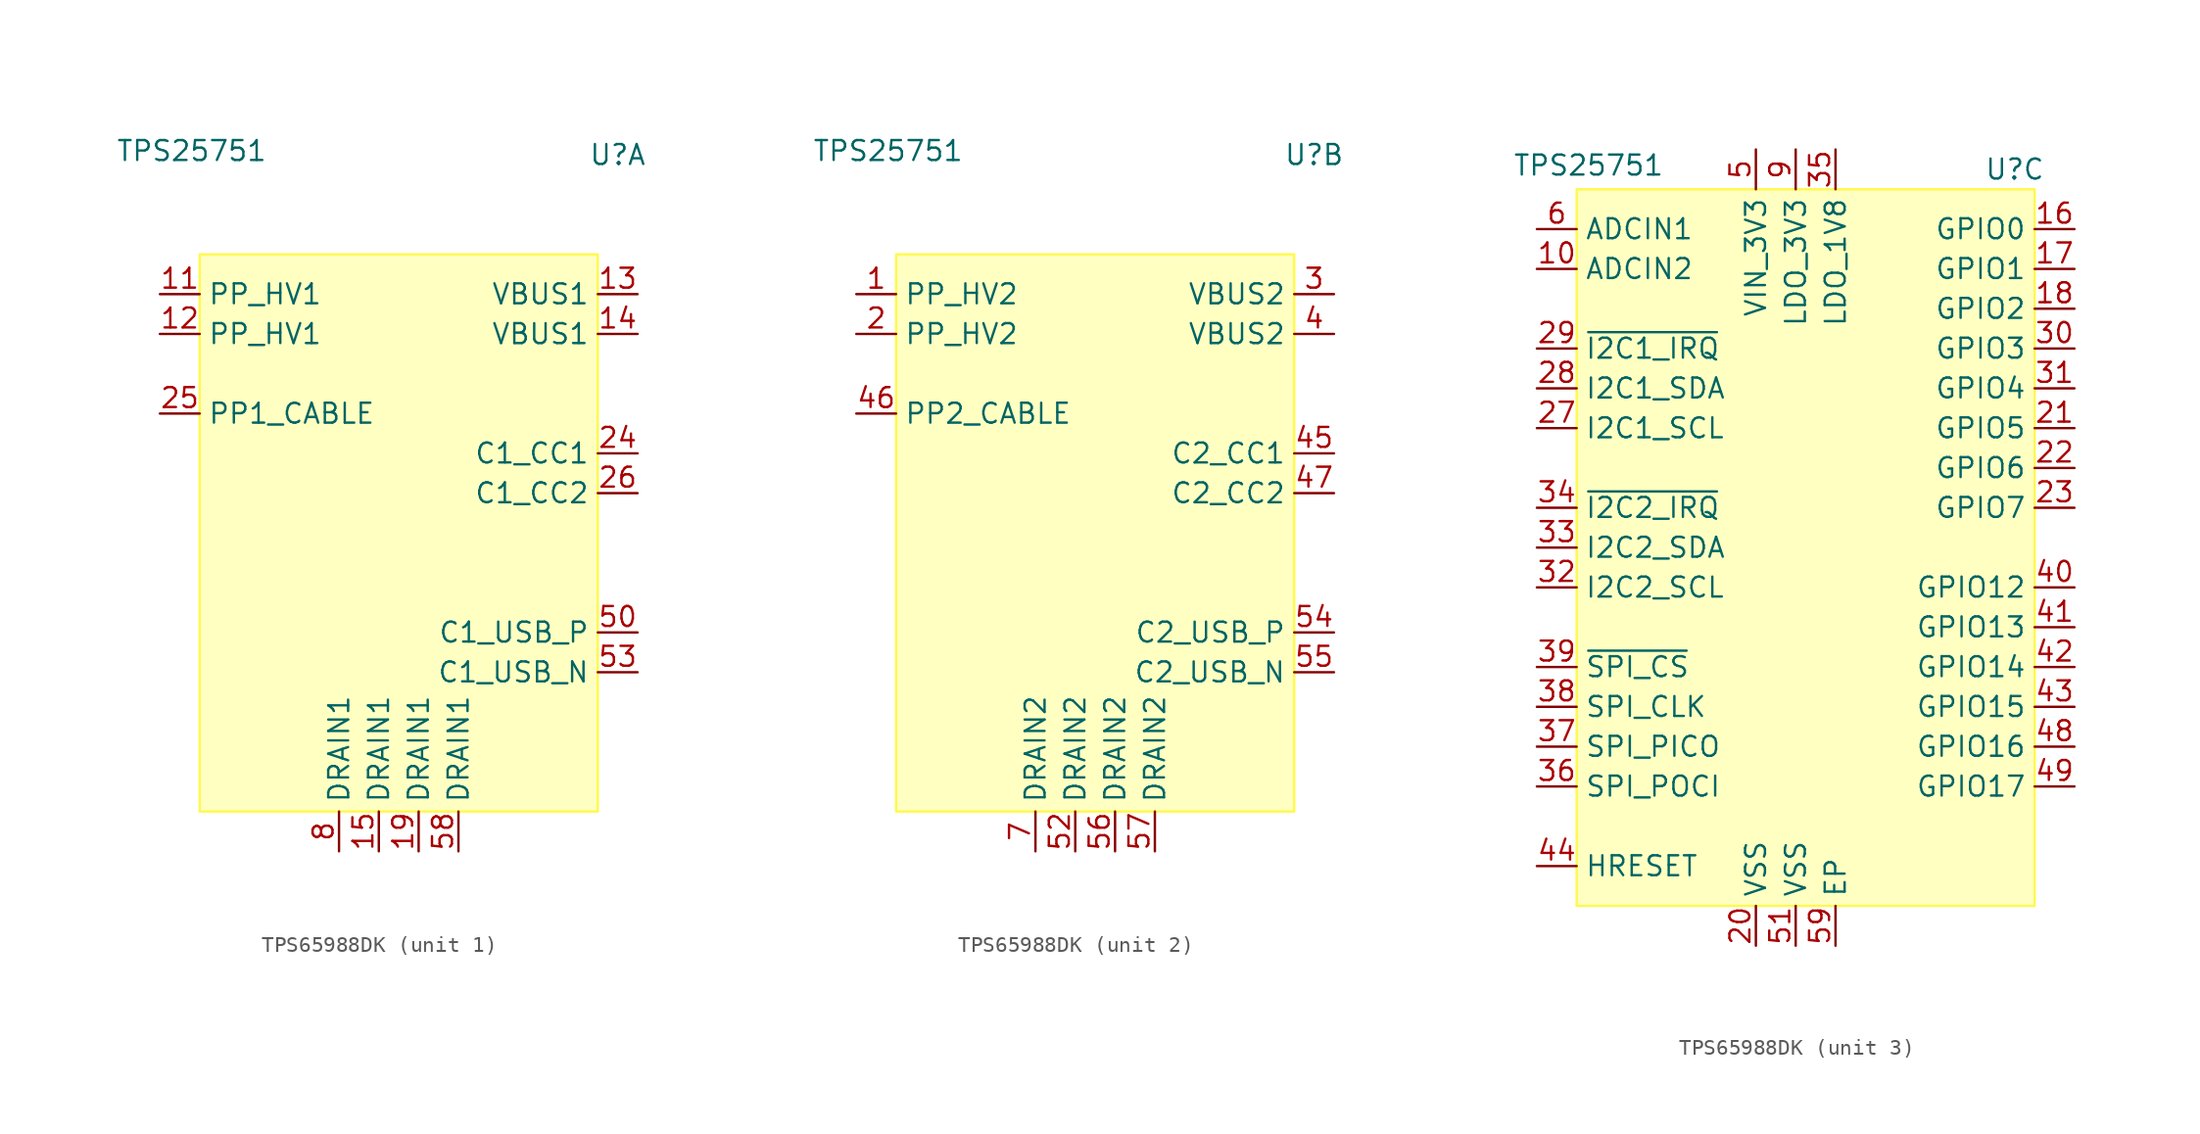
<source format=kicad_sym>
(kicad_symbol_lib
  (version 20231120)
  (generator "kicad_symbol_editor")
  (generator_version "8.0")
  (symbol "TPS65988DK"
    (property "Reference" "U"
      (at 13.97 24.13 0)
      (effects (font (size 1.27 1.27))))
    (property "Value" "TPS25751"
      (at -13.208 24.384 0)
      (effects (font (size 1.27 1.27))))
    (property "ki_locked" ""
      (at 0 0 0)
      (effects (font (size 1.27 1.27))))
    (symbol "TPS65988DK_1_1"
      (rectangle (start -12.7 17.78) (end 12.7 -17.78) (stroke (width 0) (type default) (color 255 249 79 0)) (fill (type background)))
      (pin passive line (at -15.24 15.24 0) (length 2.54) (name "PP_HV1" (effects (font (size 1.27 1.27)))) (number "11" (effects (font (size 1.27 1.27)))))
      (pin passive line (at -15.24 12.7 0) (length 2.54) (name "PP_HV1" (effects (font (size 1.27 1.27)))) (number "12" (effects (font (size 1.27 1.27)))))
      (pin passive line (at 15.24 15.24 180) (length 2.54) (name "VBUS1" (effects (font (size 1.27 1.27)))) (number "13" (effects (font (size 1.27 1.27)))))
      (pin passive line (at 15.24 12.7 180) (length 2.54) (name "VBUS1" (effects (font (size 1.27 1.27)))) (number "14" (effects (font (size 1.27 1.27)))))
      (pin passive line (at -1.27 -20.32 90) (length 2.54) (name "DRAIN1" (effects (font (size 1.27 1.27)))) (number "15" (effects (font (size 1.27 1.27)))) (alternate "GPIO18" passive line))
      (pin passive line (at 1.27 -20.32 90) (length 2.54) (name "DRAIN1" (effects (font (size 1.27 1.27)))) (number "19" (effects (font (size 1.27 1.27)))) (alternate "GPIO18" passive line))
      (pin passive line (at 15.24 5.08 180) (length 2.54) (name "C1_CC1" (effects (font (size 1.27 1.27)))) (number "24" (effects (font (size 1.27 1.27)))))
      (pin passive line (at -15.24 7.62 0) (length 2.54) (name "PP1_CABLE" (effects (font (size 1.27 1.27)))) (number "25" (effects (font (size 1.27 1.27)))) (alternate "GPIO18" passive line))
      (pin passive line (at 15.24 2.54 180) (length 2.54) (name "C1_CC2" (effects (font (size 1.27 1.27)))) (number "26" (effects (font (size 1.27 1.27)))))
      (pin passive line (at 15.24 -6.35 180) (length 2.54) (name "C1_USB_P" (effects (font (size 1.27 1.27)))) (number "50" (effects (font (size 1.27 1.27)))) (alternate "GPIO18" passive line))
      (pin passive line (at 15.24 -8.89 180) (length 2.54) (name "C1_USB_N" (effects (font (size 1.27 1.27)))) (number "53" (effects (font (size 1.27 1.27)))) (alternate "GPIO19" passive line))
      (pin passive line (at 3.81 -20.32 90) (length 2.54) (name "DRAIN1" (effects (font (size 1.27 1.27)))) (number "58" (effects (font (size 1.27 1.27)))) (alternate "GPIO18" passive line))
      (pin passive line (at -3.81 -20.32 90) (length 2.54) (name "DRAIN1" (effects (font (size 1.27 1.27)))) (number "8" (effects (font (size 1.27 1.27)))) (alternate "GPIO18" passive line)))
    (symbol "TPS65988DK_2_1"
      (rectangle (start -12.7 17.78) (end 12.7 -17.78) (stroke (width 0) (type default) (color 255 249 79 0)) (fill (type background)))
      (pin passive line (at -15.24 15.24 0) (length 2.54) (name "PP_HV2" (effects (font (size 1.27 1.27)))) (number "1" (effects (font (size 1.27 1.27)))))
      (pin passive line (at -15.24 12.7 0) (length 2.54) (name "PP_HV2" (effects (font (size 1.27 1.27)))) (number "2" (effects (font (size 1.27 1.27)))))
      (pin passive line (at 15.24 15.24 180) (length 2.54) (name "VBUS2" (effects (font (size 1.27 1.27)))) (number "3" (effects (font (size 1.27 1.27)))))
      (pin passive line (at 15.24 12.7 180) (length 2.54) (name "VBUS2" (effects (font (size 1.27 1.27)))) (number "4" (effects (font (size 1.27 1.27)))))
      (pin passive line (at 15.24 5.08 180) (length 2.54) (name "C2_CC1" (effects (font (size 1.27 1.27)))) (number "45" (effects (font (size 1.27 1.27)))))
      (pin passive line (at -15.24 7.62 0) (length 2.54) (name "PP2_CABLE" (effects (font (size 1.27 1.27)))) (number "46" (effects (font (size 1.27 1.27)))) (alternate "GPIO18" passive line))
      (pin passive line (at 15.24 2.54 180) (length 2.54) (name "C2_CC2" (effects (font (size 1.27 1.27)))) (number "47" (effects (font (size 1.27 1.27)))))
      (pin passive line (at -1.27 -20.32 90) (length 2.54) (name "DRAIN2" (effects (font (size 1.27 1.27)))) (number "52" (effects (font (size 1.27 1.27)))) (alternate "GPIO18" passive line))
      (pin passive line (at 15.24 -6.35 180) (length 2.54) (name "C2_USB_P" (effects (font (size 1.27 1.27)))) (number "54" (effects (font (size 1.27 1.27)))) (alternate "GPIO18" passive line))
      (pin passive line (at 15.24 -8.89 180) (length 2.54) (name "C2_USB_N" (effects (font (size 1.27 1.27)))) (number "55" (effects (font (size 1.27 1.27)))) (alternate "GPIO19" passive line))
      (pin passive line (at 1.27 -20.32 90) (length 2.54) (name "DRAIN2" (effects (font (size 1.27 1.27)))) (number "56" (effects (font (size 1.27 1.27)))) (alternate "GPIO18" passive line))
      (pin passive line (at 3.81 -20.32 90) (length 2.54) (name "DRAIN2" (effects (font (size 1.27 1.27)))) (number "57" (effects (font (size 1.27 1.27)))) (alternate "GPIO18" passive line))
      (pin passive line (at -3.81 -20.32 90) (length 2.54) (name "DRAIN2" (effects (font (size 1.27 1.27)))) (number "7" (effects (font (size 1.27 1.27)))) (alternate "GPIO18" passive line)))
    (symbol "TPS65988DK_3_1"
      (rectangle (start -13.97 22.86) (end 15.24 -22.86) (stroke (width 0) (type default) (color 255 249 79 0)) (fill (type background)))
      (pin passive line (at -16.51 17.78 0) (length 2.54) (name "ADCIN2" (effects (font (size 1.27 1.27)))) (number "10" (effects (font (size 1.27 1.27)))))
      (pin passive line (at 17.78 20.32 180) (length 2.54) (name "GPIO0" (effects (font (size 1.27 1.27)))) (number "16" (effects (font (size 1.27 1.27)))))
      (pin passive line (at 17.78 17.78 180) (length 2.54) (name "GPIO1" (effects (font (size 1.27 1.27)))) (number "17" (effects (font (size 1.27 1.27)))))
      (pin passive line (at 17.78 15.24 180) (length 2.54) (name "GPIO2" (effects (font (size 1.27 1.27)))) (number "18" (effects (font (size 1.27 1.27)))))
      (pin passive line (at -2.54 -25.4 90) (length 2.54) (name "VSS" (effects (font (size 1.27 1.27)))) (number "20" (effects (font (size 1.27 1.27)))))
      (pin passive line (at 17.78 7.62 180) (length 2.54) (name "GPIO5" (effects (font (size 1.27 1.27)))) (number "21" (effects (font (size 1.27 1.27)))) (alternate "I2C3_SCL" passive line))
      (pin passive line (at 17.78 5.08 180) (length 2.54) (name "GPIO6" (effects (font (size 1.27 1.27)))) (number "22" (effects (font (size 1.27 1.27)))) (alternate "I2C3_SDA" passive line))
      (pin passive line (at 17.78 2.54 180) (length 2.54) (name "GPIO7" (effects (font (size 1.27 1.27)))) (number "23" (effects (font (size 1.27 1.27)))) (alternate "~{I2C3_IRQ}" passive line))
      (pin passive line (at -16.51 7.62 0) (length 2.54) (name "I2C1_SCL" (effects (font (size 1.27 1.27)))) (number "27" (effects (font (size 1.27 1.27)))))
      (pin passive line (at -16.51 10.16 0) (length 2.54) (name "I2C1_SDA" (effects (font (size 1.27 1.27)))) (number "28" (effects (font (size 1.27 1.27)))))
      (pin passive line (at -16.51 12.7 0) (length 2.54) (name "~{I2C1_IRQ}" (effects (font (size 1.27 1.27)))) (number "29" (effects (font (size 1.27 1.27)))))
      (pin passive line (at 17.78 12.7 180) (length 2.54) (name "GPIO3" (effects (font (size 1.27 1.27)))) (number "30" (effects (font (size 1.27 1.27)))) (alternate "HPD1" passive line))
      (pin passive line (at 17.78 10.16 180) (length 2.54) (name "GPIO4" (effects (font (size 1.27 1.27)))) (number "31" (effects (font (size 1.27 1.27)))) (alternate "HPD2" passive line))
      (pin passive line (at -16.51 -2.54 0) (length 2.54) (name "I2C2_SCL" (effects (font (size 1.27 1.27)))) (number "32" (effects (font (size 1.27 1.27)))))
      (pin passive line (at -16.51 0 0) (length 2.54) (name "I2C2_SDA" (effects (font (size 1.27 1.27)))) (number "33" (effects (font (size 1.27 1.27)))))
      (pin passive line (at -16.51 2.54 0) (length 2.54) (name "~{I2C2_IRQ}" (effects (font (size 1.27 1.27)))) (number "34" (effects (font (size 1.27 1.27)))))
      (pin passive line (at 2.54 25.4 270) (length 2.54) (name "LDO_1V8" (effects (font (size 1.27 1.27)))) (number "35" (effects (font (size 1.27 1.27)))))
      (pin passive line (at -16.51 -15.24 0) (length 2.54) (name "SPI_POCI" (effects (font (size 1.27 1.27)))) (number "36" (effects (font (size 1.27 1.27)))))
      (pin passive line (at -16.51 -12.7 0) (length 2.54) (name "SPI_PICO" (effects (font (size 1.27 1.27)))) (number "37" (effects (font (size 1.27 1.27)))))
      (pin passive line (at -16.51 -10.16 0) (length 2.54) (name "SPI_CLK" (effects (font (size 1.27 1.27)))) (number "38" (effects (font (size 1.27 1.27)))))
      (pin passive line (at -16.51 -7.62 0) (length 2.54) (name "~{SPI_CS}" (effects (font (size 1.27 1.27)))) (number "39" (effects (font (size 1.27 1.27)))))
      (pin passive line (at 17.78 -2.54 180) (length 2.54) (name "GPIO12" (effects (font (size 1.27 1.27)))) (number "40" (effects (font (size 1.27 1.27)))))
      (pin passive line (at 17.78 -5.08 180) (length 2.54) (name "GPIO13" (effects (font (size 1.27 1.27)))) (number "41" (effects (font (size 1.27 1.27)))))
      (pin passive line (at 17.78 -7.62 180) (length 2.54) (name "GPIO14" (effects (font (size 1.27 1.27)))) (number "42" (effects (font (size 1.27 1.27)))) (alternate "PWM" passive line))
      (pin passive line (at 17.78 -10.16 180) (length 2.54) (name "GPIO15" (effects (font (size 1.27 1.27)))) (number "43" (effects (font (size 1.27 1.27)))) (alternate "PWM" passive line))
      (pin passive line (at -16.51 -20.32 0) (length 2.54) (name "HRESET" (effects (font (size 1.27 1.27)))) (number "44" (effects (font (size 1.27 1.27)))))
      (pin passive line (at 17.78 -12.7 180) (length 2.54) (name "GPIO16" (effects (font (size 1.27 1.27)))) (number "48" (effects (font (size 1.27 1.27)))) (alternate "PP_EXT1" passive line))
      (pin passive line (at 17.78 -15.24 180) (length 2.54) (name "GPIO17" (effects (font (size 1.27 1.27)))) (number "49" (effects (font (size 1.27 1.27)))) (alternate "PP_EXT2" passive line))
      (pin passive line (at -2.54 25.4 270) (length 2.54) (name "VIN_3V3" (effects (font (size 1.27 1.27)))) (number "5" (effects (font (size 1.27 1.27)))))
      (pin passive line (at 0 -25.4 90) (length 2.54) (name "VSS" (effects (font (size 1.27 1.27)))) (number "51" (effects (font (size 1.27 1.27)))))
      (pin passive line (at 2.54 -25.4 90) (length 2.54) (name "EP" (effects (font (size 1.27 1.27)))) (number "59" (effects (font (size 1.27 1.27)))))
      (pin passive line (at -16.51 20.32 0) (length 2.54) (name "ADCIN1" (effects (font (size 1.27 1.27)))) (number "6" (effects (font (size 1.27 1.27)))))
      (pin passive line (at 0 25.4 270) (length 2.54) (name "LDO_3V3" (effects (font (size 1.27 1.27)))) (number "9" (effects (font (size 1.27 1.27))))))))
</source>
